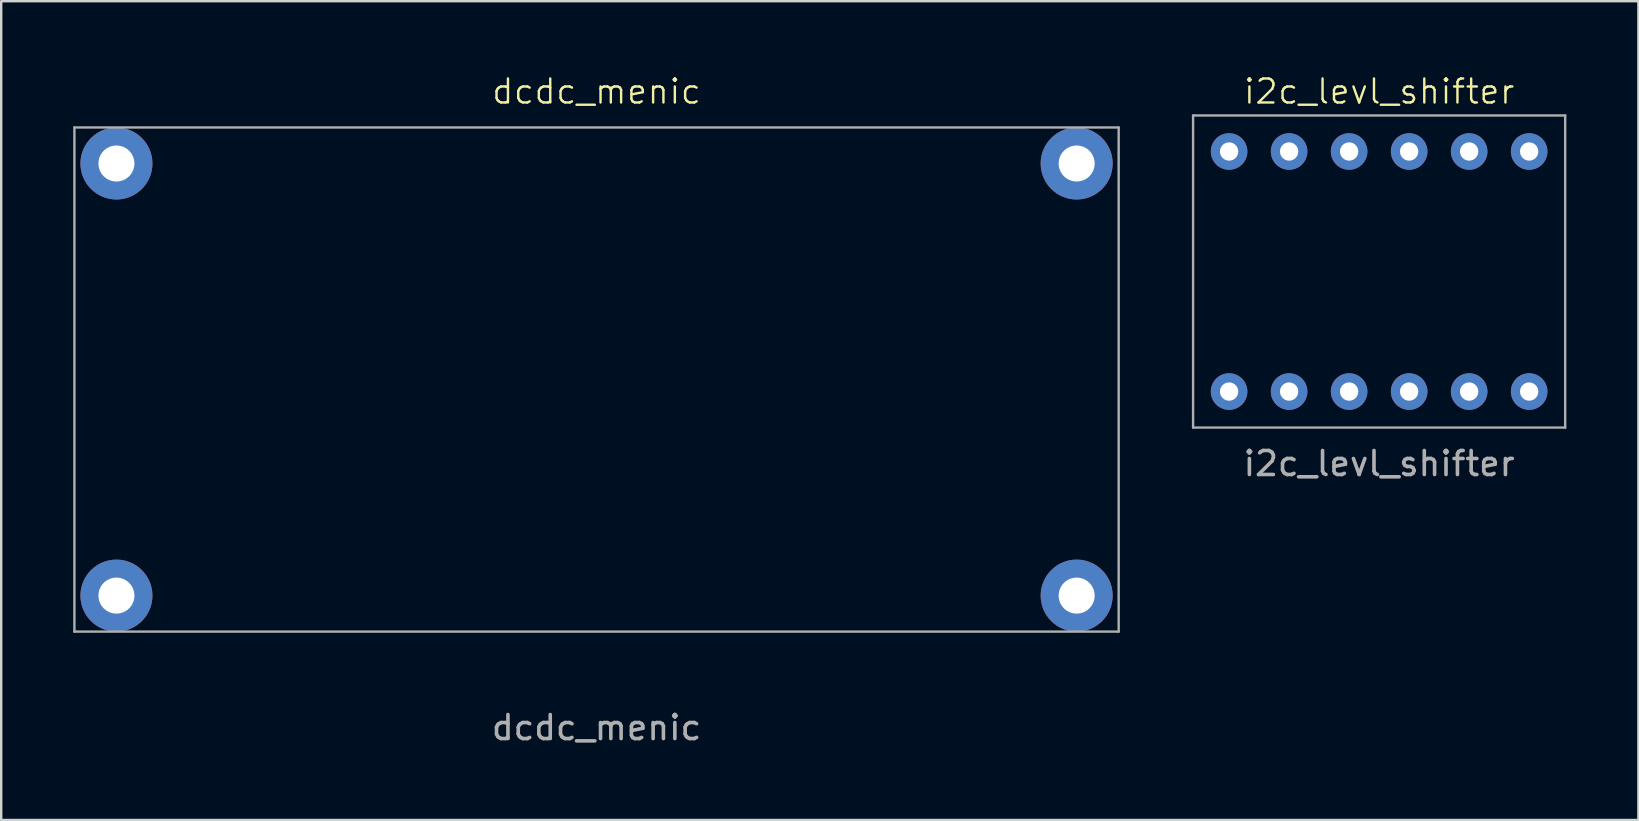
<source format=kicad_pcb>
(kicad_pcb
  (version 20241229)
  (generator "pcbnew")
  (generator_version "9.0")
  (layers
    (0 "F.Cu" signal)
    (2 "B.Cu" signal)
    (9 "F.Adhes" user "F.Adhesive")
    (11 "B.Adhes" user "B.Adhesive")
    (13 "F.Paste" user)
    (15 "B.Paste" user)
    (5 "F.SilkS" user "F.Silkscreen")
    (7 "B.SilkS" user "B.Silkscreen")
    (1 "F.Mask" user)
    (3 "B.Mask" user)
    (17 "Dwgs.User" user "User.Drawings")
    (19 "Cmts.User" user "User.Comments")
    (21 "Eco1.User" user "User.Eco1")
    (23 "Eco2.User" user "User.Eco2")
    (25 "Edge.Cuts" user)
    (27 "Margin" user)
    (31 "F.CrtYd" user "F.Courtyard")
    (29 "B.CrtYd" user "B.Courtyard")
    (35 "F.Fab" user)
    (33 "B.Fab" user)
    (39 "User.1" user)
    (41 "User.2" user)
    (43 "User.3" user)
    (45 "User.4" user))
  (footprint "i2c_levl_shifter"
    (layer "F.Cu")
    (at 54.4 8.261)
    (property "Reference" "i2c_levl_shifter" (at 0 -7.5 0) (unlocked yes) (layer "F.SilkS") (effects (font (size 1 1) (thickness 0.1))))
    (attr through_hole)
    (fp_line (start -7.75 -6.5) (end -7.75 6.5) (stroke (width 0.1) (type default)) (layer "F.Fab"))
    (fp_line (start -7.75 -6.5) (end 7.75 -6.5) (stroke (width 0.1) (type default)) (layer "F.Fab"))
    (fp_line (start -7.75 6.5) (end 7.75 6.5) (stroke (width 0.1) (type default)) (layer "F.Fab"))
    (fp_line (start 7.75 -6.5) (end 7.75 6.5) (stroke (width 0.1) (type default)) (layer "F.Fab"))
    (fp_text user "${REFERENCE}" (at 0 8 0) (unlocked yes) (layer "F.Fab") (effects (font (size 1 1) (thickness 0.15))))
    (pad "1" thru_hole circle (at 1.25 -5) (size 1.524 1.524) (drill 0.762) (layers "*.Cu" "*.Mask"))
    (pad "1" thru_hole circle (at 1.25 5) (size 1.524 1.524) (drill 0.762) (layers "*.Cu" "*.Mask"))
    (pad "2" thru_hole circle (at -1.25 5) (size 1.524 1.524) (drill 0.762) (layers "*.Cu" "*.Mask"))
    (pad "3" thru_hole circle (at 3.75 5) (size 1.524 1.524) (drill 0.762) (layers "*.Cu" "*.Mask"))
    (pad "4" thru_hole circle (at 6.25 5) (size 1.524 1.524) (drill 0.762) (layers "*.Cu" "*.Mask"))
    (pad "5" thru_hole circle (at 6.25 -5) (size 1.524 1.524) (drill 0.762) (layers "*.Cu" "*.Mask"))
    (pad "6" thru_hole circle (at 3.75 -5) (size 1.524 1.524) (drill 0.762) (layers "*.Cu" "*.Mask"))
    (pad "7" thru_hole circle (at -1.25 -5) (size 1.524 1.524) (drill 0.762) (layers "*.Cu" "*.Mask"))
    (pad "8" thru_hole circle (at -3.75 -5) (size 1.524 1.524) (drill 0.762) (layers "*.Cu" "*.Mask"))
    (pad "9" thru_hole circle (at -6.25 -5) (size 1.524 1.524) (drill 0.762) (layers "*.Cu" "*.Mask"))
    (pad "10" thru_hole circle (at -3.75 5) (size 1.524 1.524) (drill 0.762) (layers "*.Cu" "*.Mask"))
    (pad "11" thru_hole circle (at -6.25 5) (size 1.524 1.524) (drill 0.762) (layers "*.Cu" "*.Mask")))
  (footprint "dcdc_menic"
    (layer "F.Cu")
    (at 21.8 12.761)
    (property "Reference" "dcdc_menic" (at 0 -12 0) (unlocked yes) (layer "F.SilkS") (effects (font (size 1 1) (thickness 0.1))))
    (attr through_hole)
    (fp_line (start -21.75 -10.5) (end -21.75 10.5) (stroke (width 0.1) (type default)) (layer "F.Fab"))
    (fp_line (start -21.75 -10.5) (end 21.75 -10.5) (stroke (width 0.1) (type default)) (layer "F.Fab"))
    (fp_line (start -21.75 10.5) (end 21.75 10.5) (stroke (width 0.1) (type default)) (layer "F.Fab"))
    (fp_line (start 21.75 -10.5) (end 21.75 10.5) (stroke (width 0.1) (type default)) (layer "F.Fab"))
    (fp_text user "${REFERENCE}" (at 0 14.5 0) (unlocked yes) (layer "F.Fab") (effects (font (size 1 1) (thickness 0.15))))
    (pad "1" thru_hole circle (at -20 -9) (size 3 3) (drill 1.5) (layers "*.Cu" "*.Mask"))
    (pad "2" thru_hole circle (at -20 9) (size 3 3) (drill 1.5) (layers "*.Cu" "*.Mask"))
    (pad "4" thru_hole circle (at 20 9) (size 3 3) (drill 1.5) (layers "*.Cu" "*.Mask"))
    (pad "6" thru_hole circle (at 20 -9) (size 3 3) (drill 1.5) (layers "*.Cu" "*.Mask")))
  (gr_rect
    (start -3 -3)
    (end 65.2 31.109)
    (stroke (width 0.1) (type default))
    (fill no)
    (layer "Edge.Cuts")))
</source>
